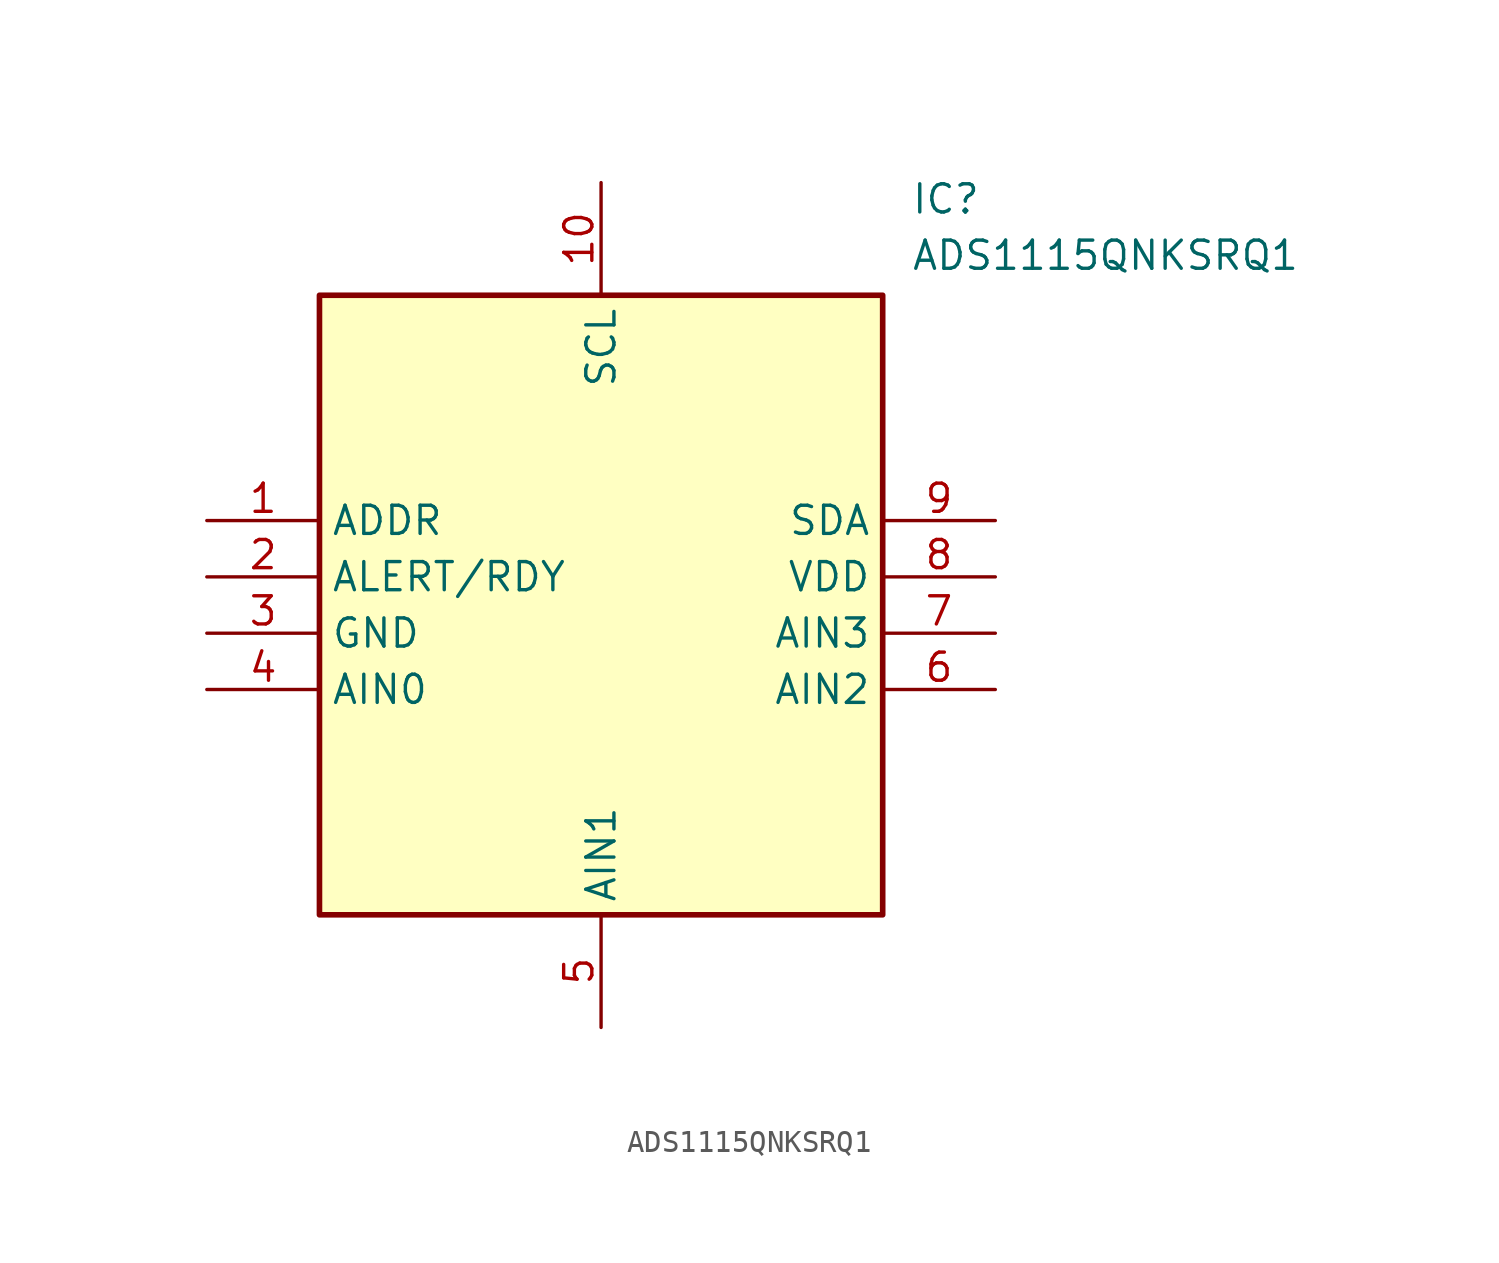
<source format=kicad_sym>
(kicad_symbol_lib
  (version 20211014)
  (generator SamacSys_ECAD_Model)
  (symbol "ADS1115QNKSRQ1"
    (property "Reference" "IC"
      (at 31.75 15.24 0)
      (effects (font (size 1.27 1.27)) (justify left top)))
    (property "Value" "ADS1115QNKSRQ1"
      (at 31.75 12.7 0)
      (effects (font (size 1.27 1.27)) (justify left top)))
    (rectangle
      (start 5.08 10.16)
      (end 30.48 -17.78)
      (stroke (width 0.254) (type default))
      (fill (type background)))
    (pin passive line
      (at 0 0 0)
      (length 5.08)
      (name "ADDR" (effects (font (size 1.27 1.27))))
      (number "1" (effects (font (size 1.27 1.27)))))
    (pin passive line
      (at 0 -2.54 0)
      (length 5.08)
      (name "ALERT/RDY" (effects (font (size 1.27 1.27))))
      (number "2" (effects (font (size 1.27 1.27)))))
    (pin passive line
      (at 0 -5.08 0)
      (length 5.08)
      (name "GND" (effects (font (size 1.27 1.27))))
      (number "3" (effects (font (size 1.27 1.27)))))
    (pin passive line
      (at 0 -7.62 0)
      (length 5.08)
      (name "AIN0" (effects (font (size 1.27 1.27))))
      (number "4" (effects (font (size 1.27 1.27)))))
    (pin passive line
      (at 17.78 -22.86 90)
      (length 5.08)
      (name "AIN1" (effects (font (size 1.27 1.27))))
      (number "5" (effects (font (size 1.27 1.27)))))
    (pin passive line
      (at 35.56 -7.62 180)
      (length 5.08)
      (name "AIN2" (effects (font (size 1.27 1.27))))
      (number "6" (effects (font (size 1.27 1.27)))))
    (pin passive line
      (at 35.56 -5.08 180)
      (length 5.08)
      (name "AIN3" (effects (font (size 1.27 1.27))))
      (number "7" (effects (font (size 1.27 1.27)))))
    (pin passive line
      (at 35.56 -2.54 180)
      (length 5.08)
      (name "VDD" (effects (font (size 1.27 1.27))))
      (number "8" (effects (font (size 1.27 1.27)))))
    (pin passive line
      (at 35.56 0 180)
      (length 5.08)
      (name "SDA" (effects (font (size 1.27 1.27))))
      (number "9" (effects (font (size 1.27 1.27)))))
    (pin passive line
      (at 17.78 15.24 270)
      (length 5.08)
      (name "SCL" (effects (font (size 1.27 1.27))))
      (number "10" (effects (font (size 1.27 1.27)))))))
</source>
